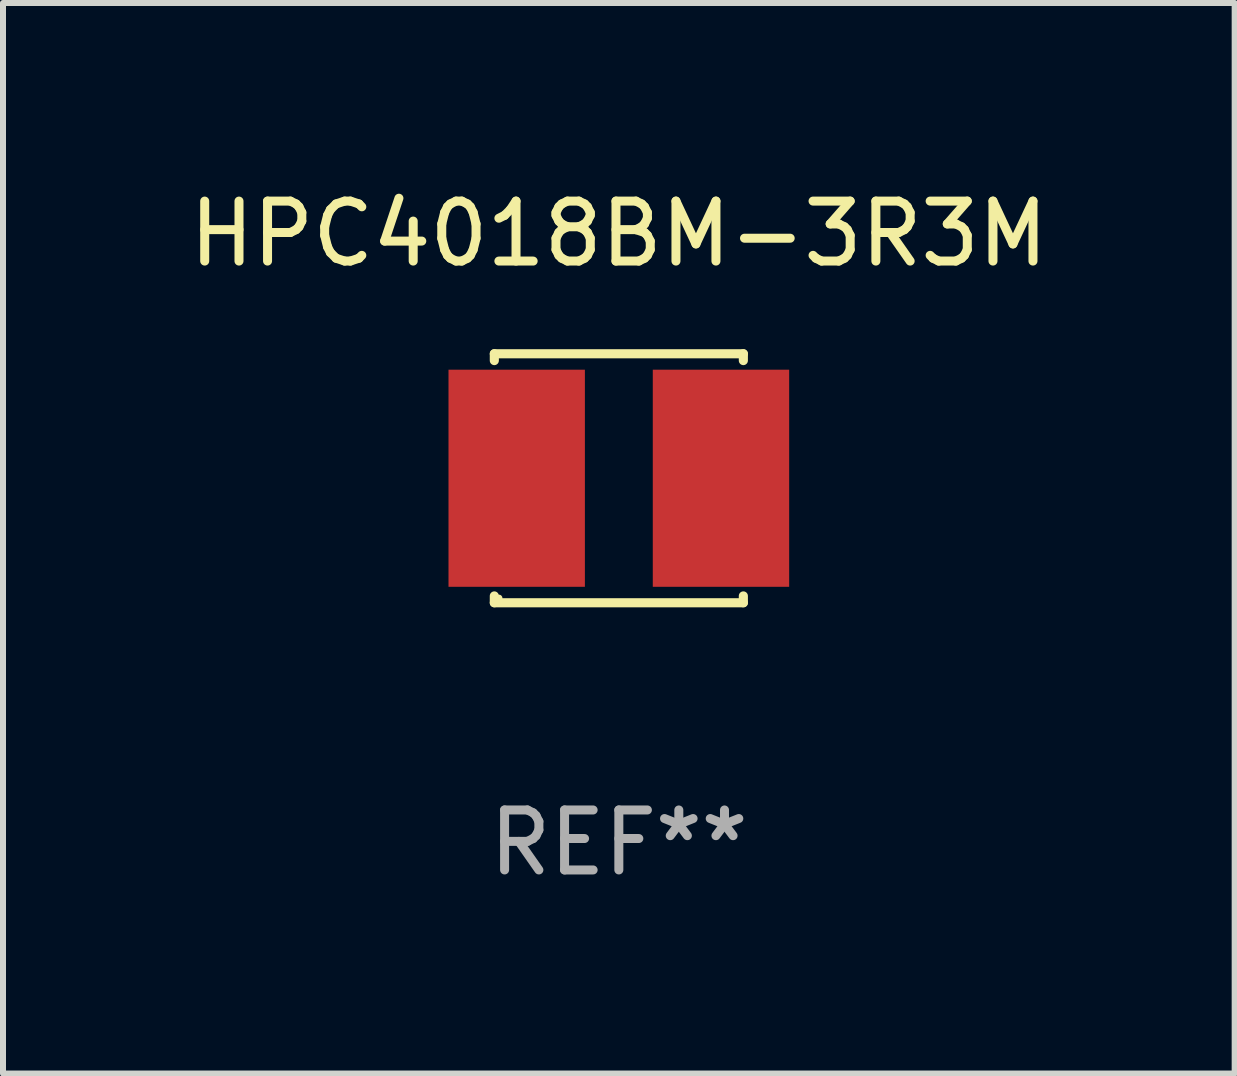
<source format=kicad_pcb>
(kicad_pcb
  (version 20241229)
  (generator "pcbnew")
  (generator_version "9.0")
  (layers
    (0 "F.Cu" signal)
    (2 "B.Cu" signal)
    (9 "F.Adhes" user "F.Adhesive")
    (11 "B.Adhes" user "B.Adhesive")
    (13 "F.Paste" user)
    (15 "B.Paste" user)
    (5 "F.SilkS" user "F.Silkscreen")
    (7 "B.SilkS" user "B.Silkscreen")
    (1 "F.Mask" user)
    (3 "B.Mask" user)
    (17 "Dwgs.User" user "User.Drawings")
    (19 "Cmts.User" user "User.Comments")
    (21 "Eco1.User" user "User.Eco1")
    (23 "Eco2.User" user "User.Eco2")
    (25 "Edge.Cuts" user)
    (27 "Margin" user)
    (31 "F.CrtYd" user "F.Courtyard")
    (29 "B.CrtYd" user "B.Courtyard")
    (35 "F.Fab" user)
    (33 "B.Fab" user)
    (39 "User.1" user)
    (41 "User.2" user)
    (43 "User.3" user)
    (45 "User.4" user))
  (footprint "HPC4018BM-3R3M"
    (layer "F.Cu")
    (at 7.268 4.924)
    (property "Reference" "HPC4018BM-3R3M" (at 0 -4.076 0) (layer "F.SilkS") (effects (font (size 1 1) (thickness 0.15))))
    (attr through_hole)
    (fp_line (start -2.076 -2.076) (end 2.076 -2.076) (stroke (width 0.152) (type solid)) (layer "F.SilkS"))
    (fp_line (start -2.076 -1.962) (end -2.076 -2.076) (stroke (width 0.152) (type solid)) (layer "F.SilkS"))
    (fp_line (start -2.076 1.962) (end -2.076 2.076) (stroke (width 0.152) (type solid)) (layer "F.SilkS"))
    (fp_line (start -2.076 2.076) (end 2.076 2.076) (stroke (width 0.152) (type solid)) (layer "F.SilkS"))
    (fp_line (start 2.076 -2.076) (end 2.076 -1.962) (stroke (width 0.152) (type solid)) (layer "F.SilkS"))
    (fp_line (start 2.076 2.076) (end 2.076 1.962) (stroke (width 0.152) (type solid)) (layer "F.SilkS"))
    (fp_circle (center -2 2) (end -1.97 2) (stroke (width 0.06) (type solid)) (fill no) (layer "F.SilkS"))
    (fp_text user "REF**" (at 0 6.076 0) (layer "F.Fab") (effects (font (size 1 1) (thickness 0.15))))
    (pad "1" smd rect (at 1.703 0) (size 2.274 3.62) (layers "F.Cu" "F.Mask" "F.Paste"))
    (pad "2" smd rect (at -1.703 0) (size 2.274 3.62) (layers "F.Cu" "F.Mask" "F.Paste")))
  (gr_rect
    (start -3 -3)
    (end 17.536 14.849)
    (stroke (width 0.1) (type default))
    (fill no)
    (layer "Edge.Cuts")))
</source>
